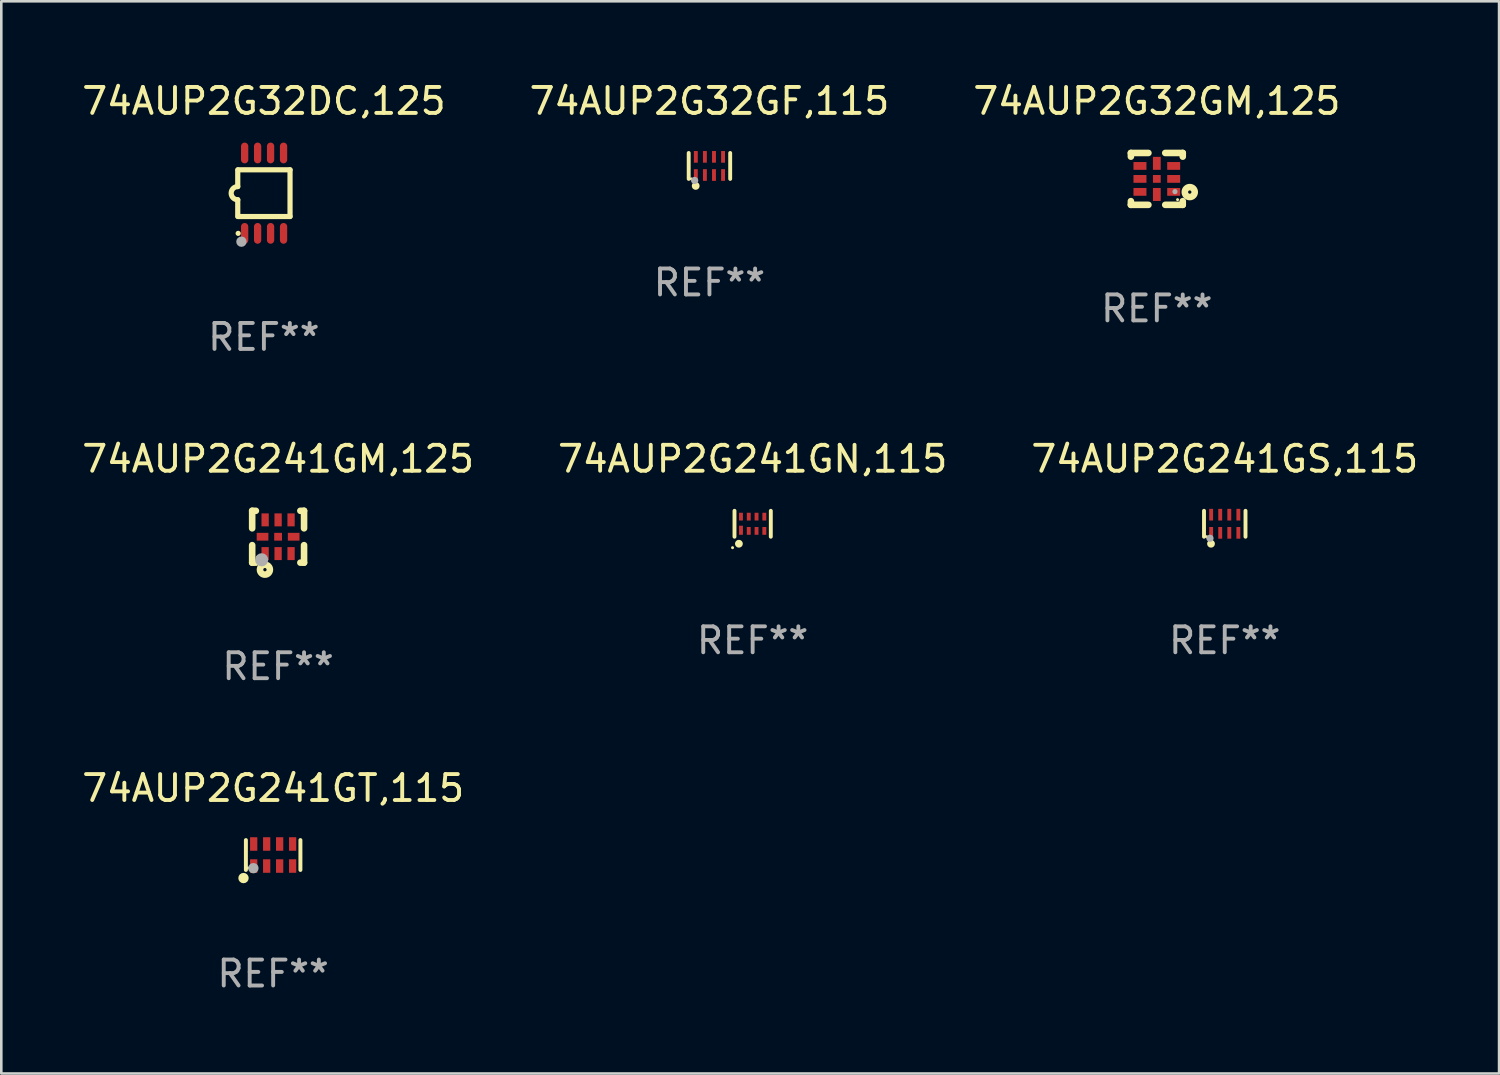
<source format=kicad_pcb>
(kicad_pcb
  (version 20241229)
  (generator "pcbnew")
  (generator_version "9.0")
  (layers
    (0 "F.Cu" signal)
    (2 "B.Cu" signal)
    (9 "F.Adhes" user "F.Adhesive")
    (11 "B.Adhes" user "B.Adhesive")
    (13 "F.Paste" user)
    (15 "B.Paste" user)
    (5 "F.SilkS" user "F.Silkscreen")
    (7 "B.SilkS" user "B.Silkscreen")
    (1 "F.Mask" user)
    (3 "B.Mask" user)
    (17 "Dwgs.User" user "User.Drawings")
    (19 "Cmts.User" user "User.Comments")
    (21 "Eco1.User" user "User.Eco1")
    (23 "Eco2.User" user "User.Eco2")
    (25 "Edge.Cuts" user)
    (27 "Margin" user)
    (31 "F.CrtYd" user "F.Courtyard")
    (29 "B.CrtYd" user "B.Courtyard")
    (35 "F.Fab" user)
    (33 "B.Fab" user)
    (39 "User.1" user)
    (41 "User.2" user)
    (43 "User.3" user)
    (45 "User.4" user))
  (footprint "74AUP2G32GF,115"
    (layer "F.Cu")
    (at 24.304 3.348)
    (property "Reference" "74AUP2G32GF,115" (at 0 -2.5 0) (layer "F.SilkS") (effects (font (size 1 1) (thickness 0.15))))
    (attr through_hole)
    (fp_line (start -0.8 -0.5) (end -0.8 0.5) (stroke (width 0.15) (type solid)) (layer "F.SilkS"))
    (fp_line (start 0.8 -0.5) (end 0.8 0.5) (stroke (width 0.15) (type solid)) (layer "F.SilkS"))
    (fp_circle (center -0.7 0.5) (end -0.67 0.5) (stroke (width 0.06) (type solid)) (fill no) (layer "F.SilkS"))
    (fp_circle (center -0.53 0.77) (end -0.454 0.77) (stroke (width 0.15) (type solid)) (fill no) (layer "F.SilkS"))
    (fp_circle (center -0.57 0.56) (end -0.5 0.56) (stroke (width 0.14) (type solid)) (fill no) (layer "F.Fab"))
    (fp_text user "REF**" (at 0 4.5 0) (layer "F.Fab") (effects (font (size 1 1) (thickness 0.15))))
    (pad "1" smd rect (at -0.525 0.35) (size 0.15 0.45) (layers "F.Cu" "F.Mask" "F.Paste"))
    (pad "2" smd rect (at -0.175 0.35) (size 0.15 0.45) (layers "F.Cu" "F.Mask" "F.Paste"))
    (pad "3" smd rect (at 0.175 0.35) (size 0.15 0.45) (layers "F.Cu" "F.Mask" "F.Paste"))
    (pad "4" smd rect (at 0.525 0.35) (size 0.15 0.45) (layers "F.Cu" "F.Mask" "F.Paste"))
    (pad "5" smd rect (at 0.525 -0.35) (size 0.15 0.45) (layers "F.Cu" "F.Mask" "F.Paste"))
    (pad "6" smd rect (at 0.175 -0.35) (size 0.15 0.45) (layers "F.Cu" "F.Mask" "F.Paste"))
    (pad "7" smd rect (at -0.175 -0.35) (size 0.15 0.45) (layers "F.Cu" "F.Mask" "F.Paste"))
    (pad "8" smd rect (at -0.525 -0.35) (size 0.15 0.45) (layers "F.Cu" "F.Mask" "F.Paste")))
  (footprint "74AUP2G32GM,125"
    (layer "F.Cu")
    (at 41.554 3.848)
    (property "Reference" "74AUP2G32GM,125" (at 0 -3 0) (layer "F.SilkS") (effects (font (size 1 1) (thickness 0.15))))
    (attr through_hole)
    (fp_line (start -1 -1) (end -0.325 -1) (stroke (width 0.254) (type solid)) (layer "F.SilkS"))
    (fp_line (start -1 -0.858) (end -1 -1) (stroke (width 0.254) (type solid)) (layer "F.SilkS"))
    (fp_line (start -1 1) (end -1 0.858) (stroke (width 0.254) (type solid)) (layer "F.SilkS"))
    (fp_line (start -0.325 1) (end -1 1) (stroke (width 0.254) (type solid)) (layer "F.SilkS"))
    (fp_line (start 0.325 -1) (end 1 -1) (stroke (width 0.254) (type solid)) (layer "F.SilkS"))
    (fp_line (start 1 -1) (end 1 -0.858) (stroke (width 0.254) (type solid)) (layer "F.SilkS"))
    (fp_line (start 1 0.858) (end 1 1) (stroke (width 0.254) (type solid)) (layer "F.SilkS"))
    (fp_line (start 1 1) (end 0.325 1) (stroke (width 0.254) (type solid)) (layer "F.SilkS"))
    (fp_circle (center 0.8 0.8) (end 0.83 0.8) (stroke (width 0.06) (type solid)) (fill no) (layer "F.SilkS"))
    (fp_circle (center 1.27 0.508) (end 1.334 0.508) (stroke (width 0.254) (type solid)) (fill no) (layer "F.SilkS"))
    (fp_circle (center 0.7 0.49) (end 0.75 0.49) (stroke (width 0.1) (type solid)) (fill no) (layer "F.Fab"))
    (fp_text user "REF**" (at 0 5 0) (layer "F.Fab") (effects (font (size 1 1) (thickness 0.15))))
    (pad "1" smd rect (at 0.65 0.5 180) (size 0.5 0.3) (layers "F.Cu" "F.Mask" "F.Paste"))
    (pad "2" smd rect (at 0.65 0 180) (size 0.5 0.3) (layers "F.Cu" "F.Mask" "F.Paste"))
    (pad "3" smd rect (at 0.65 -0.5 180) (size 0.5 0.3) (layers "F.Cu" "F.Mask" "F.Paste"))
    (pad "4" smd rect (at 0.000025 -0.6 270) (size 0.5 0.3) (layers "F.Cu" "F.Mask" "F.Paste"))
    (pad "5" smd rect (at -0.65 -0.5 180) (size 0.5 0.3) (layers "F.Cu" "F.Mask" "F.Paste"))
    (pad "6" smd rect (at -0.65 0 180) (size 0.5 0.3) (layers "F.Cu" "F.Mask" "F.Paste"))
    (pad "7" smd rect (at -0.65 0.5 180) (size 0.5 0.3) (layers "F.Cu" "F.Mask" "F.Paste"))
    (pad "8" smd rect (at 0.000025 0.6 270) (size 0.5 0.3) (layers "F.Cu" "F.Mask" "F.Paste"))
    (pad "9" smd rect (at 0.000025 0 270) (size 0.3 0.3) (layers "F.Cu" "F.Mask" "F.Paste")))
  (footprint "74AUP2G241GS,115"
    (layer "F.Cu")
    (at 44.173 17.145)
    (property "Reference" "74AUP2G241GS,115" (at 0 -2.5 0) (layer "F.SilkS") (effects (font (size 1 1) (thickness 0.15))))
    (attr through_hole)
    (fp_line (start -0.8 -0.5) (end -0.8 0.5) (stroke (width 0.15) (type solid)) (layer "F.SilkS"))
    (fp_line (start 0.8 -0.5) (end 0.8 0.5) (stroke (width 0.15) (type solid)) (layer "F.SilkS"))
    (fp_circle (center -0.7 0.5) (end -0.67 0.5) (stroke (width 0.06) (type solid)) (fill no) (layer "F.SilkS"))
    (fp_circle (center -0.53 0.77) (end -0.454 0.77) (stroke (width 0.15) (type solid)) (fill no) (layer "F.SilkS"))
    (fp_circle (center -0.57 0.56) (end -0.5 0.56) (stroke (width 0.14) (type solid)) (fill no) (layer "F.Fab"))
    (fp_text user "REF**" (at 0 4.5 0) (layer "F.Fab") (effects (font (size 1 1) (thickness 0.15))))
    (pad "1" smd rect (at -0.525 0.35) (size 0.15 0.45) (layers "F.Cu" "F.Mask" "F.Paste"))
    (pad "2" smd rect (at -0.175 0.35) (size 0.15 0.45) (layers "F.Cu" "F.Mask" "F.Paste"))
    (pad "3" smd rect (at 0.175 0.35) (size 0.15 0.45) (layers "F.Cu" "F.Mask" "F.Paste"))
    (pad "4" smd rect (at 0.525 0.35) (size 0.15 0.45) (layers "F.Cu" "F.Mask" "F.Paste"))
    (pad "5" smd rect (at 0.525 -0.35) (size 0.15 0.45) (layers "F.Cu" "F.Mask" "F.Paste"))
    (pad "6" smd rect (at 0.175 -0.35) (size 0.15 0.45) (layers "F.Cu" "F.Mask" "F.Paste"))
    (pad "7" smd rect (at -0.175 -0.35) (size 0.15 0.45) (layers "F.Cu" "F.Mask" "F.Paste"))
    (pad "8" smd rect (at -0.525 -0.35) (size 0.15 0.45) (layers "F.Cu" "F.Mask" "F.Paste")))
  (footprint "74AUP2G241GN,115"
    (layer "F.Cu")
    (at 25.97 17.145)
    (property "Reference" "74AUP2G241GN,115" (at 0 -2.5 0) (layer "F.SilkS") (effects (font (size 1 1) (thickness 0.15))))
    (attr through_hole)
    (fp_line (start -0.7 -0.5) (end -0.7 0.5) (stroke (width 0.15) (type solid)) (layer "F.SilkS"))
    (fp_line (start 0.7 -0.5) (end 0.7 0.5) (stroke (width 0.15) (type solid)) (layer "F.SilkS"))
    (fp_circle (center -0.775 0.922) (end -0.745 0.922) (stroke (width 0.06) (type solid)) (fill no) (layer "F.SilkS"))
    (fp_circle (center -0.53 0.77) (end -0.454 0.77) (stroke (width 0.15) (type solid)) (fill no) (layer "F.SilkS"))
    (fp_text user "REF**" (at 0 4.5 0) (layer "F.Fab") (effects (font (size 1 1) (thickness 0.15))))
    (pad "1" smd rect (at -0.45 0.25) (size 0.15 0.35) (layers "F.Cu" "F.Mask" "F.Paste"))
    (pad "2" smd rect (at -0.15 0.275) (size 0.15 0.3) (layers "F.Cu" "F.Mask" "F.Paste"))
    (pad "3" smd rect (at 0.15 0.275) (size 0.15 0.3) (layers "F.Cu" "F.Mask" "F.Paste"))
    (pad "4" smd rect (at 0.45 0.275) (size 0.15 0.3) (layers "F.Cu" "F.Mask" "F.Paste"))
    (pad "5" smd rect (at 0.45 -0.275) (size 0.15 0.3) (layers "F.Cu" "F.Mask" "F.Paste"))
    (pad "6" smd rect (at 0.15 -0.275) (size 0.15 0.3) (layers "F.Cu" "F.Mask" "F.Paste"))
    (pad "7" smd rect (at -0.15 -0.275) (size 0.15 0.3) (layers "F.Cu" "F.Mask" "F.Paste"))
    (pad "8" smd rect (at -0.45 -0.275) (size 0.15 0.3) (layers "F.Cu" "F.Mask" "F.Paste")))
  (footprint "74AUP2G32DC,125"
    (layer "F.Cu")
    (at 7.125 4.398)
    (property "Reference" "74AUP2G32DC,125" (at 0 -3.55 0) (layer "F.SilkS") (effects (font (size 1 1) (thickness 0.15))))
    (attr through_hole)
    (fp_line (start -1.008 -0.254) (end -1.008 -0.9) (stroke (width 0.2) (type solid)) (layer "F.SilkS"))
    (fp_line (start -1.008 0.254) (end -1.008 0.9) (stroke (width 0.2) (type solid)) (layer "F.SilkS"))
    (fp_line (start -0.992 0.9) (end 1.008 0.9) (stroke (width 0.2) (type solid)) (layer "F.SilkS"))
    (fp_line (start 1.008 -0.9) (end -0.992 -0.9) (stroke (width 0.2) (type solid)) (layer "F.SilkS"))
    (fp_line (start 1.008 0.9) (end 1.008 -0.9) (stroke (width 0.2) (type solid)) (layer "F.SilkS"))
    (fp_arc (start -1.008001 0.254001) (mid -1.262002 0) (end -1.008001 -0.254001) (stroke (width 0.2) (type solid)) (layer "F.SilkS"))
    (fp_circle (center -0.992 1.55) (end -0.942 1.55) (stroke (width 0.1) (type solid)) (fill no) (layer "F.SilkS"))
    (fp_circle (center -0.866 1.87) (end -0.766 1.87) (stroke (width 0.2) (type solid)) (fill no) (layer "F.Fab"))
    (fp_text user "REF**" (at 0 5.55 0) (layer "F.Fab") (effects (font (size 1 1) (thickness 0.15))))
    (pad "1" smd oval (at -0.742 1.55 270) (size 0.8 0.28) (layers "F.Cu" "F.Mask" "F.Paste"))
    (pad "2" smd oval (at -0.242 1.55 270) (size 0.8 0.28) (layers "F.Cu" "F.Mask" "F.Paste"))
    (pad "3" smd oval (at 0.258 1.55 270) (size 0.8 0.28) (layers "F.Cu" "F.Mask" "F.Paste"))
    (pad "4" smd oval (at 0.758 1.55 270) (size 0.8 0.28) (layers "F.Cu" "F.Mask" "F.Paste"))
    (pad "5" smd oval (at 0.758 -1.55 270) (size 0.8 0.28) (layers "F.Cu" "F.Mask" "F.Paste"))
    (pad "6" smd oval (at 0.258 -1.55 270) (size 0.8 0.28) (layers "F.Cu" "F.Mask" "F.Paste"))
    (pad "7" smd oval (at -0.242 -1.55 270) (size 0.8 0.28) (layers "F.Cu" "F.Mask" "F.Paste"))
    (pad "8" smd oval (at -0.742 -1.55 270) (size 0.8 0.28) (layers "F.Cu" "F.Mask" "F.Paste")))
  (footprint "74AUP2G241GM,125"
    (layer "F.Cu")
    (at 7.673 17.645)
    (property "Reference" "74AUP2G241GM,125" (at 0 -3 0) (layer "F.SilkS") (effects (font (size 1 1) (thickness 0.15))))
    (attr through_hole)
    (fp_line (start -1 -1) (end -0.858 -1) (stroke (width 0.254) (type solid)) (layer "F.SilkS"))
    (fp_line (start -1 -0.325) (end -1 -1) (stroke (width 0.254) (type solid)) (layer "F.SilkS"))
    (fp_line (start -1 1) (end -1 0.325) (stroke (width 0.254) (type solid)) (layer "F.SilkS"))
    (fp_line (start -0.858 1) (end -1 1) (stroke (width 0.254) (type solid)) (layer "F.SilkS"))
    (fp_line (start 0.858 -1) (end 1 -1) (stroke (width 0.254) (type solid)) (layer "F.SilkS"))
    (fp_line (start 1 -1) (end 1 -0.325) (stroke (width 0.254) (type solid)) (layer "F.SilkS"))
    (fp_line (start 1 0.325) (end 1 1) (stroke (width 0.254) (type solid)) (layer "F.SilkS"))
    (fp_line (start 1 1) (end 0.858 1) (stroke (width 0.254) (type solid)) (layer "F.SilkS"))
    (fp_circle (center -0.8 0.8) (end -0.77 0.8) (stroke (width 0.06) (type solid)) (fill no) (layer "F.SilkS"))
    (fp_circle (center -0.508 1.27) (end -0.444 1.27) (stroke (width 0.254) (type solid)) (fill no) (layer "F.SilkS"))
    (fp_circle (center -0.635 0.889) (end -0.508 0.889) (stroke (width 0.254) (type solid)) (fill no) (layer "F.Fab"))
    (fp_text user "REF**" (at 0 5 0) (layer "F.Fab") (effects (font (size 1 1) (thickness 0.15))))
    (pad "1" smd rect (at -0.5 0.65 90) (size 0.5 0.28) (layers "F.Cu" "F.Mask" "F.Paste"))
    (pad "2" smd rect (at 0.000013 0.65 90) (size 0.5 0.28) (layers "F.Cu" "F.Mask" "F.Paste"))
    (pad "3" smd rect (at 0.5 0.65 90) (size 0.5 0.28) (layers "F.Cu" "F.Mask" "F.Paste"))
    (pad "4" smd rect (at 0.6 0.000076 180) (size 0.45 0.3) (layers "F.Cu" "F.Mask" "F.Paste"))
    (pad "5" smd rect (at 0.5 -0.65 90) (size 0.5 0.28) (layers "F.Cu" "F.Mask" "F.Paste"))
    (pad "6" smd rect (at 0.000013 -0.65 90) (size 0.5 0.28) (layers "F.Cu" "F.Mask" "F.Paste"))
    (pad "7" smd rect (at -0.5 -0.65 90) (size 0.5 0.28) (layers "F.Cu" "F.Mask" "F.Paste"))
    (pad "8" smd rect (at -0.6 0.000076 180) (size 0.45 0.3) (layers "F.Cu" "F.Mask" "F.Paste"))
    (pad "9" smd rect (at 0.000013 0.000076 180) (size 0.3 0.3) (layers "F.Cu" "F.Mask" "F.Paste")))
  (footprint "74AUP2G241GT,115"
    (layer "F.Cu")
    (at 7.482 29.917)
    (property "Reference" "74AUP2G241GT,115" (at 0 -2.576 0) (layer "F.SilkS") (effects (font (size 1 1) (thickness 0.15))))
    (attr through_hole)
    (fp_line (start -1.051 0.576) (end -1.051 -0.576) (stroke (width 0.152) (type solid)) (layer "F.SilkS"))
    (fp_line (start 1.051 -0.576) (end 1.051 0.576) (stroke (width 0.152) (type solid)) (layer "F.SilkS"))
    (fp_circle (center -1.143 0.889) (end -1.043 0.889) (stroke (width 0.2) (type solid)) (fill no) (layer "F.SilkS"))
    (fp_circle (center -0.975 0.5) (end -0.945 0.5) (stroke (width 0.06) (type solid)) (fill no) (layer "F.SilkS"))
    (fp_circle (center -0.762 0.508) (end -0.662 0.508) (stroke (width 0.2) (type solid)) (fill no) (layer "F.Fab"))
    (fp_text user "REF**" (at 0 4.576 0) (layer "F.Fab") (effects (font (size 1 1) (thickness 0.15))))
    (pad "1" smd rect (at -0.75 0.425) (size 0.28 0.521) (layers "F.Cu" "F.Mask" "F.Paste"))
    (pad "2" smd rect (at -0.25 0.425) (size 0.28 0.521) (layers "F.Cu" "F.Mask" "F.Paste"))
    (pad "3" smd rect (at 0.25 0.425) (size 0.28 0.521) (layers "F.Cu" "F.Mask" "F.Paste"))
    (pad "4" smd rect (at 0.75 0.425) (size 0.28 0.521) (layers "F.Cu" "F.Mask" "F.Paste"))
    (pad "5" smd rect (at 0.75 -0.425) (size 0.28 0.521) (layers "F.Cu" "F.Mask" "F.Paste"))
    (pad "6" smd rect (at 0.25 -0.425) (size 0.28 0.521) (layers "F.Cu" "F.Mask" "F.Paste"))
    (pad "7" smd rect (at -0.25 -0.425) (size 0.28 0.521) (layers "F.Cu" "F.Mask" "F.Paste"))
    (pad "8" smd rect (at -0.75 -0.425) (size 0.28 0.521) (layers "F.Cu" "F.Mask" "F.Paste")))
  (gr_rect
    (start -3 -3)
    (end 54.75 38.342)
    (stroke (width 0.1) (type default))
    (fill no)
    (layer "Edge.Cuts")))
</source>
